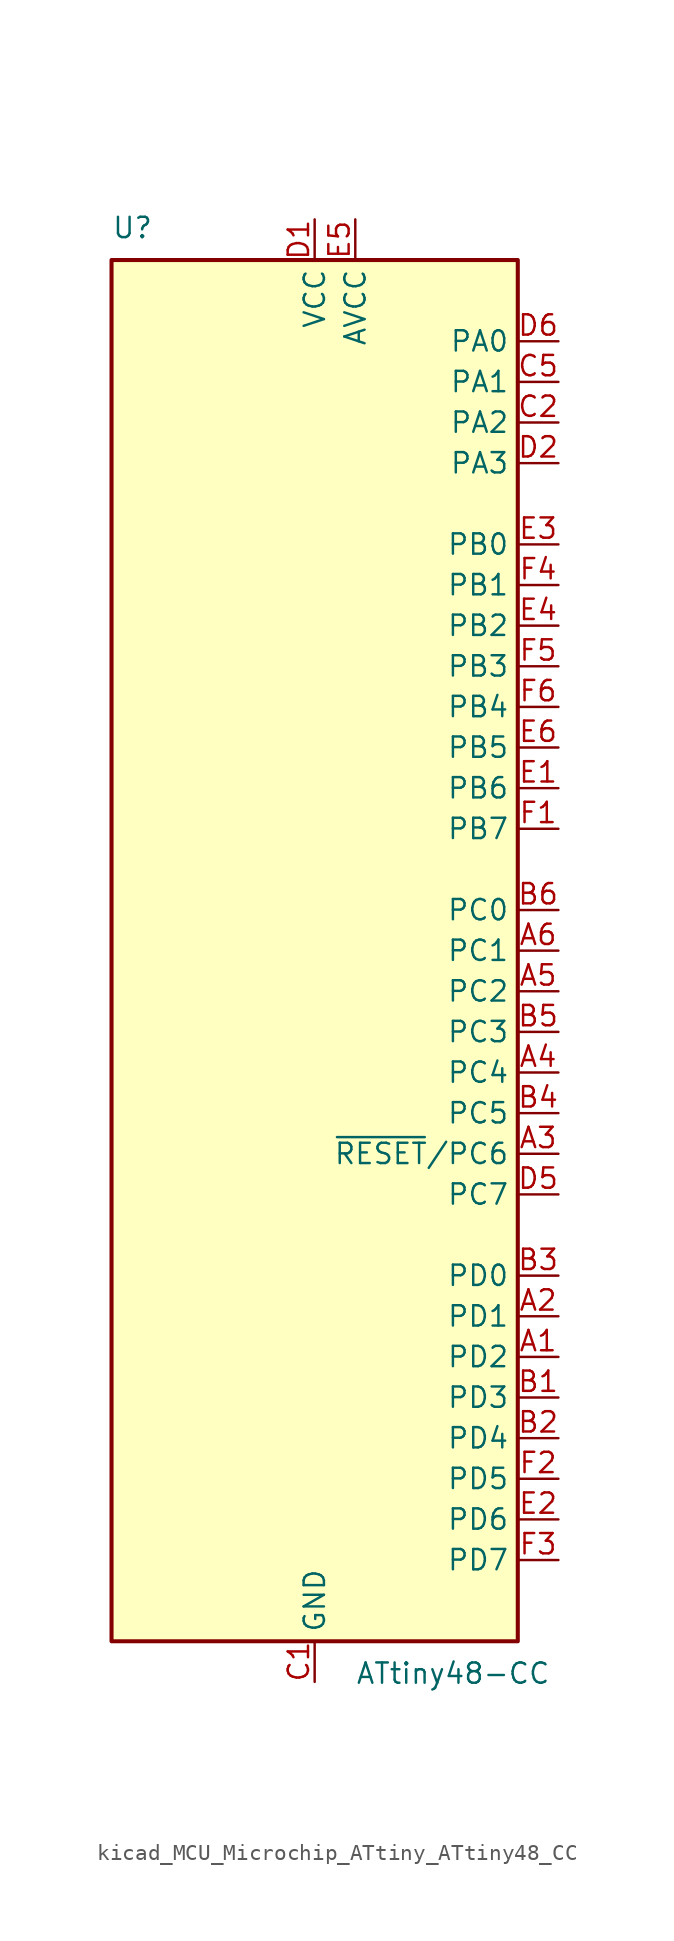
<source format=kicad_sym>
(kicad_symbol_lib
  (version 20220914)
  (generator kicad_symbol_editor)
  (symbol "kicad_MCU_Microchip_ATtiny_ATtiny48_CC"
    (property "Reference" "U"
      (at -12.7 44.45 0)
      (effects (font (size 1.27 1.27)) (justify left bottom)))
    (property "Value" "ATtiny48-CC"
      (at 2.54 -44.45 0)
      (effects (font (size 1.27 1.27)) (justify left top)))
    (symbol "kicad_MCU_Microchip_ATtiny_ATtiny48_CC_0_1"
      (rectangle (start -12.7 -43.18) (end 12.7 43.18) (stroke (width 0.254) (type default)) (fill (type background))))
    (symbol "kicad_MCU_Microchip_ATtiny_ATtiny48_CC_1_1"
      (pin bidirectional line (at 15.24 -25.4 180) (length 2.54) (name "PD2" (effects (font (size 1.27 1.27)))) (number "A1" (effects (font (size 1.27 1.27)))))
      (pin bidirectional line (at 15.24 -22.86 180) (length 2.54) (name "PD1" (effects (font (size 1.27 1.27)))) (number "A2" (effects (font (size 1.27 1.27)))))
      (pin bidirectional line (at 15.24 -12.7 180) (length 2.54) (name "~{RESET}/PC6" (effects (font (size 1.27 1.27)))) (number "A3" (effects (font (size 1.27 1.27)))))
      (pin bidirectional line (at 15.24 -7.62 180) (length 2.54) (name "PC4" (effects (font (size 1.27 1.27)))) (number "A4" (effects (font (size 1.27 1.27)))))
      (pin bidirectional line (at 15.24 -2.54 180) (length 2.54) (name "PC2" (effects (font (size 1.27 1.27)))) (number "A5" (effects (font (size 1.27 1.27)))))
      (pin bidirectional line (at 15.24 0 180) (length 2.54) (name "PC1" (effects (font (size 1.27 1.27)))) (number "A6" (effects (font (size 1.27 1.27)))))
      (pin bidirectional line (at 15.24 -27.94 180) (length 2.54) (name "PD3" (effects (font (size 1.27 1.27)))) (number "B1" (effects (font (size 1.27 1.27)))))
      (pin bidirectional line (at 15.24 -30.48 180) (length 2.54) (name "PD4" (effects (font (size 1.27 1.27)))) (number "B2" (effects (font (size 1.27 1.27)))))
      (pin bidirectional line (at 15.24 -20.32 180) (length 2.54) (name "PD0" (effects (font (size 1.27 1.27)))) (number "B3" (effects (font (size 1.27 1.27)))))
      (pin bidirectional line (at 15.24 -10.16 180) (length 2.54) (name "PC5" (effects (font (size 1.27 1.27)))) (number "B4" (effects (font (size 1.27 1.27)))))
      (pin bidirectional line (at 15.24 -5.08 180) (length 2.54) (name "PC3" (effects (font (size 1.27 1.27)))) (number "B5" (effects (font (size 1.27 1.27)))))
      (pin bidirectional line (at 15.24 2.54 180) (length 2.54) (name "PC0" (effects (font (size 1.27 1.27)))) (number "B6" (effects (font (size 1.27 1.27)))))
      (pin power_in line (at 0 -45.72 90) (length 2.54) (name "GND" (effects (font (size 1.27 1.27)))) (number "C1" (effects (font (size 1.27 1.27)))))
      (pin bidirectional line (at 15.24 33.02 180) (length 2.54) (name "PA2" (effects (font (size 1.27 1.27)))) (number "C2" (effects (font (size 1.27 1.27)))))
      (pin bidirectional line (at 15.24 35.56 180) (length 2.54) (name "PA1" (effects (font (size 1.27 1.27)))) (number "C5" (effects (font (size 1.27 1.27)))))
      (pin passive line (at 0 -45.72 90) (length 2.54) hide (name "GND" (effects (font (size 1.27 1.27)))) (number "C6" (effects (font (size 1.27 1.27)))))
      (pin power_in line (at 0 45.72 270) (length 2.54) (name "VCC" (effects (font (size 1.27 1.27)))) (number "D1" (effects (font (size 1.27 1.27)))))
      (pin bidirectional line (at 15.24 30.48 180) (length 2.54) (name "PA3" (effects (font (size 1.27 1.27)))) (number "D2" (effects (font (size 1.27 1.27)))))
      (pin bidirectional line (at 15.24 -15.24 180) (length 2.54) (name "PC7" (effects (font (size 1.27 1.27)))) (number "D5" (effects (font (size 1.27 1.27)))))
      (pin bidirectional line (at 15.24 38.1 180) (length 2.54) (name "PA0" (effects (font (size 1.27 1.27)))) (number "D6" (effects (font (size 1.27 1.27)))))
      (pin bidirectional line (at 15.24 10.16 180) (length 2.54) (name "PB6" (effects (font (size 1.27 1.27)))) (number "E1" (effects (font (size 1.27 1.27)))))
      (pin bidirectional line (at 15.24 -35.56 180) (length 2.54) (name "PD6" (effects (font (size 1.27 1.27)))) (number "E2" (effects (font (size 1.27 1.27)))))
      (pin bidirectional line (at 15.24 25.4 180) (length 2.54) (name "PB0" (effects (font (size 1.27 1.27)))) (number "E3" (effects (font (size 1.27 1.27)))))
      (pin bidirectional line (at 15.24 20.32 180) (length 2.54) (name "PB2" (effects (font (size 1.27 1.27)))) (number "E4" (effects (font (size 1.27 1.27)))))
      (pin power_in line (at 2.54 45.72 270) (length 2.54) (name "AVCC" (effects (font (size 1.27 1.27)))) (number "E5" (effects (font (size 1.27 1.27)))))
      (pin bidirectional line (at 15.24 12.7 180) (length 2.54) (name "PB5" (effects (font (size 1.27 1.27)))) (number "E6" (effects (font (size 1.27 1.27)))))
      (pin bidirectional line (at 15.24 7.62 180) (length 2.54) (name "PB7" (effects (font (size 1.27 1.27)))) (number "F1" (effects (font (size 1.27 1.27)))))
      (pin bidirectional line (at 15.24 -33.02 180) (length 2.54) (name "PD5" (effects (font (size 1.27 1.27)))) (number "F2" (effects (font (size 1.27 1.27)))))
      (pin bidirectional line (at 15.24 -38.1 180) (length 2.54) (name "PD7" (effects (font (size 1.27 1.27)))) (number "F3" (effects (font (size 1.27 1.27)))))
      (pin bidirectional line (at 15.24 22.86 180) (length 2.54) (name "PB1" (effects (font (size 1.27 1.27)))) (number "F4" (effects (font (size 1.27 1.27)))))
      (pin bidirectional line (at 15.24 17.78 180) (length 2.54) (name "PB3" (effects (font (size 1.27 1.27)))) (number "F5" (effects (font (size 1.27 1.27)))))
      (pin bidirectional line (at 15.24 15.24 180) (length 2.54) (name "PB4" (effects (font (size 1.27 1.27)))) (number "F6" (effects (font (size 1.27 1.27))))))))
</source>
